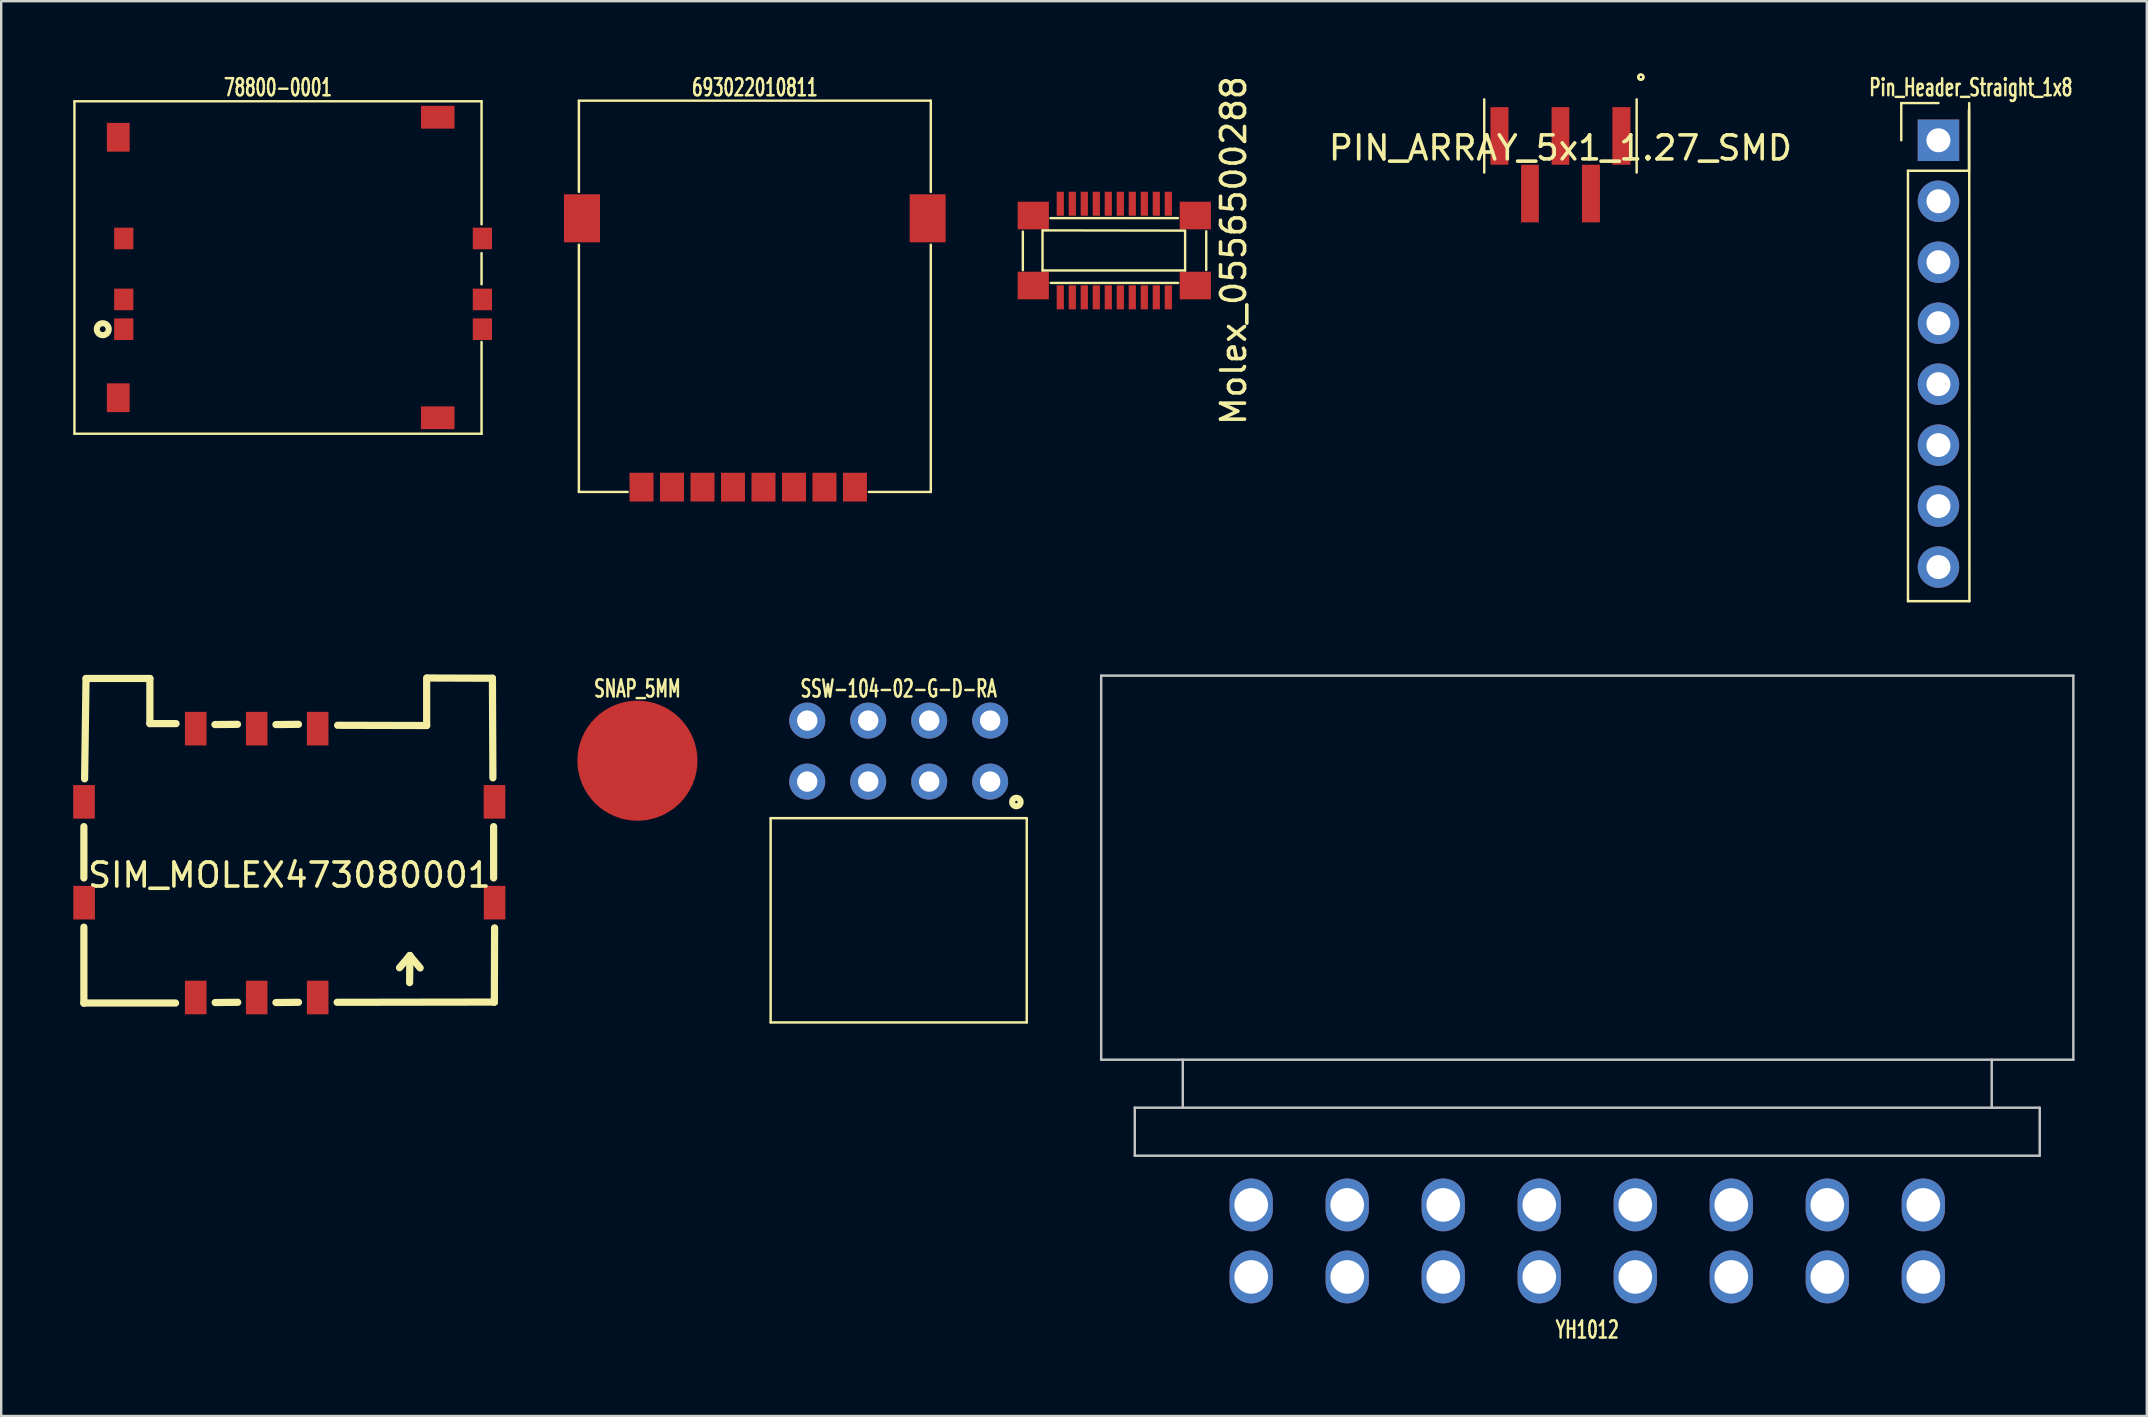
<source format=kicad_pcb>
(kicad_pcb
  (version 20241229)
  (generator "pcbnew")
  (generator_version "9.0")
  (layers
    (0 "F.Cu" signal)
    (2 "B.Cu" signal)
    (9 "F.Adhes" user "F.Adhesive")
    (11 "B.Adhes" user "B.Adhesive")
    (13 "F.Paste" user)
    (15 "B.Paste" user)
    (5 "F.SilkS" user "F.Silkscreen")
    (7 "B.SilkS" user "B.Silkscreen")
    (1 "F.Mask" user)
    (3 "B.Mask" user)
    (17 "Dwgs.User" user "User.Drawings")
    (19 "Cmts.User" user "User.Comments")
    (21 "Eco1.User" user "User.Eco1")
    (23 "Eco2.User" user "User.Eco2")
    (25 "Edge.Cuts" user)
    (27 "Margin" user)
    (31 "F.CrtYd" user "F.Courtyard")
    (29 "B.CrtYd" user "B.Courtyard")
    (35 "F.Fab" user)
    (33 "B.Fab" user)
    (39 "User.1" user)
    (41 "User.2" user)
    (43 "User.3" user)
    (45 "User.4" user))
  (footprint "Pin_Header_Straight_1x8"
    (layer "F.Cu")
    (at 77.705 2.794)
    (property "Reference" "Pin_Header_Straight_1x8" (at 1.35 -2.2 0) (layer "F.SilkS") (effects (font (size 0.711 0.457) (thickness 0.102))))
    (attr through_hole)
    (fp_line (start -1.55 -1.55) (end -1.55 0) (stroke (width 0.102) (type solid)) (layer "F.SilkS"))
    (fp_line (start -1.27 1.27) (end -1.27 19.2) (stroke (width 0.102) (type solid)) (layer "F.SilkS"))
    (fp_line (start 0 -1.55) (end -1.55 -1.55) (stroke (width 0.102) (type solid)) (layer "F.SilkS"))
    (fp_line (start 1.27 -1.27) (end 1.27 1.27) (stroke (width 0.102) (type solid)) (layer "F.SilkS"))
    (fp_line (start 1.27 1.27) (end -1.27 1.27) (stroke (width 0.102) (type solid)) (layer "F.SilkS"))
    (fp_line (start 1.29 19.2) (end -1.27 19.2) (stroke (width 0.102) (type solid)) (layer "F.SilkS"))
    (fp_line (start 1.29 19.2) (end 1.28 -1.55) (stroke (width 0.102) (type solid)) (layer "F.SilkS"))
    (pad "1" thru_hole rect (at 0 0) (size 1.727 1.727) (drill 1) (layers "*.Cu" "*.Mask"))
    (pad "2" thru_hole oval (at 0 2.54) (size 1.727 1.727) (drill 1) (layers "*.Cu" "*.Mask"))
    (pad "3" thru_hole oval (at 0 5.08) (size 1.727 1.727) (drill 1) (layers "*.Cu" "*.Mask"))
    (pad "4" thru_hole oval (at 0 7.62) (size 1.727 1.727) (drill 1) (layers "*.Cu" "*.Mask"))
    (pad "5" thru_hole oval (at 0 10.16) (size 1.727 1.727) (drill 1) (layers "*.Cu" "*.Mask"))
    (pad "6" thru_hole oval (at 0 12.7) (size 1.727 1.727) (drill 1) (layers "*.Cu" "*.Mask"))
    (pad "7" thru_hole oval (at 0 15.24) (size 1.727 1.727) (drill 1) (layers "*.Cu" "*.Mask"))
    (pad "8" thru_hole oval (at 0 17.78) (size 1.727 1.727) (drill 1) (layers "*.Cu" "*.Mask")))
  (footprint "SNAP_5MM"
    (layer "F.Cu")
    (at 23.504 28.64)
    (property "Reference" "SNAP_5MM" (at 0 -3 0) (layer "F.SilkS") (effects (font (size 0.711 0.457) (thickness 0.102))))
    (attr through_hole)
    (pad "1" smd circle (at 0 0) (size 5 5) (layers "F.Cu" "F.Mask" "F.Paste")))
  (footprint "SIM_MOLEX473080001"
    (layer "F.Cu")
    (at 9.004 32.905)
    (property "Reference" "SIM_MOLEX473080001" (at 0 0.5 0) (layer "F.SilkS") (effects (font (size 1 1) (thickness 0.15))))
    (attr through_hole)
    (fp_line (start -8.56 -1.52) (end -8.56 0.62) (stroke (width 0.3) (type solid)) (layer "F.SilkS"))
    (fp_line (start -8.56 2.67) (end -8.56 5.84) (stroke (width 0.3) (type solid)) (layer "F.SilkS"))
    (fp_line (start -8.53 -3.51) (end -8.47 -7.69) (stroke (width 0.3) (type solid)) (layer "F.SilkS"))
    (fp_line (start -8.47 -7.69) (end -5.81 -7.69) (stroke (width 0.3) (type solid)) (layer "F.SilkS"))
    (fp_line (start -5.81 -7.69) (end -5.81 -5.81) (stroke (width 0.3) (type solid)) (layer "F.SilkS"))
    (fp_line (start -5.81 -5.81) (end -4.72 -5.81) (stroke (width 0.3) (type solid)) (layer "F.SilkS"))
    (fp_line (start -4.74 5.83) (end -8.56 5.83) (stroke (width 0.3) (type solid)) (layer "F.SilkS"))
    (fp_line (start -3.1 -5.77) (end -2.16 -5.78) (stroke (width 0.3) (type solid)) (layer "F.SilkS"))
    (fp_line (start -3.09 5.81) (end -2.15 5.8) (stroke (width 0.3) (type solid)) (layer "F.SilkS"))
    (fp_line (start -0.56 -5.77) (end 0.38 -5.78) (stroke (width 0.3) (type solid)) (layer "F.SilkS"))
    (fp_line (start -0.56 5.81) (end 0.38 5.8) (stroke (width 0.3) (type solid)) (layer "F.SilkS"))
    (fp_line (start 1.99 5.8) (end 8.54 5.79) (stroke (width 0.3) (type solid)) (layer "F.SilkS"))
    (fp_line (start 5.01 4.98) (end 5.02 3.85) (stroke (width 0.3) (type solid)) (layer "F.SilkS"))
    (fp_line (start 5.02 3.85) (end 4.59 4.36) (stroke (width 0.3) (type solid)) (layer "F.SilkS"))
    (fp_line (start 5.45 4.37) (end 5.02 3.86) (stroke (width 0.3) (type solid)) (layer "F.SilkS"))
    (fp_line (start 5.72 -7.71) (end 5.72 -5.73) (stroke (width 0.3) (type solid)) (layer "F.SilkS"))
    (fp_line (start 5.72 -5.73) (end 2.01 -5.74) (stroke (width 0.3) (type solid)) (layer "F.SilkS"))
    (fp_line (start 8.46 -7.7) (end 5.75 -7.71) (stroke (width 0.3) (type solid)) (layer "F.SilkS"))
    (fp_line (start 8.48 -3.55) (end 8.46 -7.7) (stroke (width 0.3) (type solid)) (layer "F.SilkS"))
    (fp_line (start 8.51 -1.52) (end 8.51 0.62) (stroke (width 0.3) (type solid)) (layer "F.SilkS"))
    (fp_line (start 8.54 5.8) (end 8.55 2.7) (stroke (width 0.3) (type solid)) (layer "F.SilkS"))
    (pad "C1" smd rect (at -3.9 -5.6) (size 0.9 1.4) (layers "F.Cu" "F.Mask" "F.Paste"))
    (pad "C2" smd rect (at -1.36 -5.6) (size 0.9 1.4) (layers "F.Cu" "F.Mask" "F.Paste"))
    (pad "C3" smd rect (at 1.18 -5.6) (size 0.9 1.4) (layers "F.Cu" "F.Mask" "F.Paste"))
    (pad "C5" smd rect (at -3.9 5.6) (size 0.9 1.4) (layers "F.Cu" "F.Mask" "F.Paste"))
    (pad "C6" smd rect (at -1.36 5.6) (size 0.9 1.4) (layers "F.Cu" "F.Mask" "F.Paste"))
    (pad "C7" smd rect (at 1.18 5.6) (size 0.9 1.4) (layers "F.Cu" "F.Mask" "F.Paste"))
    (pad "GND" smd rect (at -8.554 -2.55) (size 0.9 1.4) (layers "F.Cu" "F.Mask" "F.Paste"))
    (pad "GND" smd rect (at -8.55 1.65) (size 0.9 1.4) (layers "F.Cu" "F.Mask" "F.Paste"))
    (pad "GND" smd rect (at 8.546 -2.55) (size 0.9 1.4) (layers "F.Cu" "F.Mask" "F.Paste"))
    (pad "GND" smd rect (at 8.55 1.65) (size 0.9 1.4) (layers "F.Cu" "F.Mask" "F.Paste")))
  (footprint "Molex_0556500288"
    (layer "F.Cu")
    (at 43.371 7.387)
    (property "Reference" "Molex_0556500288" (at 4.97 0 90) (layer "F.SilkS") (effects (font (size 1 1) (thickness 0.15))))
    (attr through_hole)
    (fp_line (start -3.81 -0.79) (end -3.81 0.82) (stroke (width 0.1) (type solid)) (layer "F.SilkS"))
    (fp_line (start -2.99 -0.84) (end -2.99 0.83) (stroke (width 0.1) (type solid)) (layer "F.SilkS"))
    (fp_line (start -2.99 0.83) (end 2.95 0.83) (stroke (width 0.1) (type solid)) (layer "F.SilkS"))
    (fp_line (start -2.66 -1.35) (end 2.65 -1.35) (stroke (width 0.1) (type solid)) (layer "F.SilkS"))
    (fp_line (start -2.65 1.35) (end 2.66 1.35) (stroke (width 0.1) (type solid)) (layer "F.SilkS"))
    (fp_line (start 2.95 -0.83) (end -2.98 -0.84) (stroke (width 0.1) (type solid)) (layer "F.SilkS"))
    (fp_line (start 2.95 0.83) (end 2.95 -0.8) (stroke (width 0.1) (type solid)) (layer "F.SilkS"))
    (fp_line (start 3.83 -0.8) (end 3.83 0.81) (stroke (width 0.1) (type solid)) (layer "F.SilkS"))
    (pad "1" smd rect (at -2.25 1.95) (size 0.3 1) (layers "F.Cu" "F.Mask" "F.Paste"))
    (pad "2" smd rect (at -2.25 -1.95) (size 0.3 1) (layers "F.Cu" "F.Mask" "F.Paste"))
    (pad "3" smd rect (at -1.75 1.95) (size 0.3 1) (layers "F.Cu" "F.Mask" "F.Paste"))
    (pad "4" smd rect (at -1.75 -1.95) (size 0.3 1) (layers "F.Cu" "F.Mask" "F.Paste"))
    (pad "5" smd rect (at -1.25 1.95) (size 0.3 1) (layers "F.Cu" "F.Mask" "F.Paste"))
    (pad "6" smd rect (at -1.25 -1.95) (size 0.3 1) (layers "F.Cu" "F.Mask" "F.Paste"))
    (pad "7" smd rect (at -0.75 1.95) (size 0.3 1) (layers "F.Cu" "F.Mask" "F.Paste"))
    (pad "8" smd rect (at -0.75 -1.95) (size 0.3 1) (layers "F.Cu" "F.Mask" "F.Paste"))
    (pad "9" smd rect (at -0.25 1.95) (size 0.3 1) (layers "F.Cu" "F.Mask" "F.Paste"))
    (pad "10" smd rect (at -0.25 -1.95) (size 0.3 1) (layers "F.Cu" "F.Mask" "F.Paste"))
    (pad "11" smd rect (at 0.25 1.95) (size 0.3 1) (layers "F.Cu" "F.Mask" "F.Paste"))
    (pad "12" smd rect (at 0.25 -1.95) (size 0.3 1) (layers "F.Cu" "F.Mask" "F.Paste"))
    (pad "13" smd rect (at 0.75 1.95) (size 0.3 1) (layers "F.Cu" "F.Mask" "F.Paste"))
    (pad "14" smd rect (at 0.75 -1.95) (size 0.3 1) (layers "F.Cu" "F.Mask" "F.Paste"))
    (pad "15" smd rect (at 1.25 1.95) (size 0.3 1) (layers "F.Cu" "F.Mask" "F.Paste"))
    (pad "16" smd rect (at 1.25 -1.95) (size 0.3 1) (layers "F.Cu" "F.Mask" "F.Paste"))
    (pad "17" smd rect (at 1.75 1.95) (size 0.3 1) (layers "F.Cu" "F.Mask" "F.Paste"))
    (pad "18" smd rect (at 1.75 -1.95) (size 0.3 1) (layers "F.Cu" "F.Mask" "F.Paste"))
    (pad "19" smd rect (at 2.25 1.95) (size 0.3 1) (layers "F.Cu" "F.Mask" "F.Paste"))
    (pad "20" smd rect (at 2.25 -1.95) (size 0.3 1) (layers "F.Cu" "F.Mask" "F.Paste"))
    (pad "21" smd rect (at -3.375 -1.458) (size 1.3 1.15) (layers "F.Cu" "F.Mask" "F.Paste"))
    (pad "21" smd rect (at -3.375 1.458) (size 1.3 1.15) (layers "F.Cu" "F.Mask" "F.Paste"))
    (pad "21" smd rect (at 3.375 -1.458) (size 1.3 1.15) (layers "F.Cu" "F.Mask" "F.Paste"))
    (pad "21" smd rect (at 3.375 1.458) (size 1.3 1.15) (layers "F.Cu" "F.Mask" "F.Paste")))
  (footprint "78800-0001"
    (layer "F.Cu")
    (at 8.531 8.094)
    (property "Reference" "78800-0001" (at 0 -7.5 0) (layer "F.SilkS") (effects (font (size 0.711 0.457) (thickness 0.102))))
    (attr through_hole)
    (fp_line (start -8.48 -6.925) (end -8.48 6.925) (stroke (width 0.102) (type solid)) (layer "F.SilkS"))
    (fp_line (start -8.48 -6.925) (end 8.48 -6.925) (stroke (width 0.102) (type solid)) (layer "F.SilkS"))
    (fp_line (start -8.48 6.925) (end 8.48 6.925) (stroke (width 0.102) (type solid)) (layer "F.SilkS"))
    (fp_line (start 8.48 -1.8) (end 8.48 -6.925) (stroke (width 0.102) (type solid)) (layer "F.SilkS"))
    (fp_line (start 8.48 -0.6) (end 8.48 0.7) (stroke (width 0.102) (type solid)) (layer "F.SilkS"))
    (fp_line (start 8.48 6.925) (end 8.48 3.1) (stroke (width 0.102) (type solid)) (layer "F.SilkS"))
    (fp_circle (center -7.3 2.57) (end -7.2 2.5) (stroke (width 0.254) (type solid)) (fill no) (layer "F.SilkS"))
    (pad "7" smd rect (at -6.655 -5.425) (size 0.95 1.2) (layers "F.Cu" "F.Mask" "F.Paste"))
    (pad "7" smd rect (at -6.655 5.425) (size 0.95 1.2) (layers "F.Cu" "F.Mask" "F.Paste"))
    (pad "7" smd rect (at 6.655 -6.26) (size 1.4 0.95) (layers "F.Cu" "F.Mask" "F.Paste"))
    (pad "7" smd rect (at 6.655 6.26) (size 1.4 0.95) (layers "F.Cu" "F.Mask" "F.Paste"))
    (pad "C1" smd rect (at -6.425 2.57) (size 0.8 0.9) (layers "F.Cu" "F.Mask" "F.Paste"))
    (pad "C2" smd rect (at -6.425 1.33) (size 0.8 0.9) (layers "F.Cu" "F.Mask" "F.Paste"))
    (pad "C3" smd rect (at -6.425 -1.21) (size 0.8 0.9) (layers "F.Cu" "F.Mask" "F.Paste"))
    (pad "C5" smd rect (at 8.515 2.57) (size 0.8 0.9) (layers "F.Cu" "F.Mask" "F.Paste"))
    (pad "C6" smd rect (at 8.515 1.33) (size 0.8 0.9) (layers "F.Cu" "F.Mask" "F.Paste"))
    (pad "C7" smd rect (at 8.515 -1.21) (size 0.8 0.9) (layers "F.Cu" "F.Mask" "F.Paste")))
  (footprint "SSW-104-02-G-D-RA"
    (layer "F.Cu")
    (at 34.389 28.24)
    (property "Reference" "SSW-104-02-G-D-RA" (at 0 -2.6 0) (layer "F.SilkS") (effects (font (size 0.711 0.457) (thickness 0.102))))
    (attr through_hole)
    (fp_line (start -5.334 2.794) (end 5.334 2.794) (stroke (width 0.102) (type solid)) (layer "F.SilkS"))
    (fp_line (start -5.334 11.303) (end -5.334 2.794) (stroke (width 0.102) (type solid)) (layer "F.SilkS"))
    (fp_line (start -5.334 11.303) (end 5.334 11.303) (stroke (width 0.102) (type solid)) (layer "F.SilkS"))
    (fp_line (start 5.334 2.794) (end 5.334 11.303) (stroke (width 0.102) (type solid)) (layer "F.SilkS"))
    (fp_circle (center 4.902 2.121) (end 5.067 2.057) (stroke (width 0.254) (type solid)) (fill no) (layer "F.SilkS"))
    (pad "1" thru_hole circle (at 3.81 1.27) (size 1.5 1.5) (drill 0.85) (layers "*.Cu" "*.Mask"))
    (pad "2" thru_hole circle (at 3.81 -1.27) (size 1.5 1.5) (drill 0.85) (layers "*.Cu" "*.Mask"))
    (pad "3" thru_hole circle (at 1.27 1.27) (size 1.5 1.5) (drill 0.85) (layers "*.Cu" "*.Mask"))
    (pad "4" thru_hole circle (at 1.27 -1.27) (size 1.5 1.5) (drill 0.85) (layers "*.Cu" "*.Mask"))
    (pad "5" thru_hole circle (at -1.27 1.27) (size 1.5 1.5) (drill 0.85) (layers "*.Cu" "*.Mask"))
    (pad "6" thru_hole circle (at -1.27 -1.27) (size 1.5 1.5) (drill 0.85) (layers "*.Cu" "*.Mask"))
    (pad "7" thru_hole circle (at -3.81 1.27) (size 1.5 1.5) (drill 0.85) (layers "*.Cu" "*.Mask"))
    (pad "8" thru_hole circle (at -3.81 -1.27) (size 1.5 1.5) (drill 0.85) (layers "*.Cu" "*.Mask")))
  (footprint "693022010811"
    (layer "F.Cu")
    (at 28.396 17.244)
    (property "Reference" "693022010811" (at 0 -16.65 0) (layer "F.SilkS") (effects (font (size 0.711 0.457) (thickness 0.102))))
    (attr through_hole)
    (fp_line (start -7.33 -16.1) (end -7.33 -12.3) (stroke (width 0.102) (type solid)) (layer "F.SilkS"))
    (fp_line (start -7.33 -16.1) (end 7.33 -16.1) (stroke (width 0.102) (type solid)) (layer "F.SilkS"))
    (fp_line (start -7.33 0.2) (end -7.33 -10.1) (stroke (width 0.102) (type solid)) (layer "F.SilkS"))
    (fp_line (start -5.3 0.2) (end -7.33 0.2) (stroke (width 0.102) (type solid)) (layer "F.SilkS"))
    (fp_line (start 7.33 -12.3) (end 7.33 -16.1) (stroke (width 0.102) (type solid)) (layer "F.SilkS"))
    (fp_line (start 7.33 -10.1) (end 7.33 0.2) (stroke (width 0.102) (type solid)) (layer "F.SilkS"))
    (fp_line (start 7.33 0.2) (end 4.75 0.2) (stroke (width 0.102) (type solid)) (layer "F.SilkS"))
    (pad "7" smd rect (at -7.2 -11.2) (size 1.5 2) (layers "F.Cu" "F.Mask" "F.Paste"))
    (pad "7" smd rect (at 7.2 -11.2) (size 1.5 2) (layers "F.Cu" "F.Mask" "F.Paste"))
    (pad "C1" smd rect (at -4.72 0) (size 1 1.2) (layers "F.Cu" "F.Mask" "F.Paste"))
    (pad "C2" smd rect (at -2.18 0) (size 1 1.2) (layers "F.Cu" "F.Mask" "F.Paste"))
    (pad "C3" smd rect (at 0.36 0) (size 1 1.2) (layers "F.Cu" "F.Mask" "F.Paste"))
    (pad "C4" smd rect (at 2.9 0) (size 1 1.2) (layers "F.Cu" "F.Mask" "F.Paste"))
    (pad "C5" smd rect (at -3.45 0) (size 1 1.2) (layers "F.Cu" "F.Mask" "F.Paste"))
    (pad "C6" smd rect (at -0.91 0) (size 1 1.2) (layers "F.Cu" "F.Mask" "F.Paste"))
    (pad "C7" smd rect (at 1.63 0) (size 1 1.2) (layers "F.Cu" "F.Mask" "F.Paste"))
    (pad "C8" smd rect (at 4.17 0) (size 1 1.2) (layers "F.Cu" "F.Mask" "F.Paste")))
  (footprint "YH1012"
    (layer "F.Cu")
    (at 63.074 48.646)
    (property "Reference" "YH1012" (at 0 3.7 0) (layer "F.SilkS") (effects (font (size 0.711 0.457) (thickness 0.102))))
    (attr through_hole)
    (fp_line (start -20.25 -23.55) (end 20.25 -23.55) (stroke (width 0.102) (type solid)) (layer "Dwgs.User"))
    (fp_line (start -20.25 -7.55) (end -20.25 -23.55) (stroke (width 0.102) (type solid)) (layer "Dwgs.User"))
    (fp_line (start -20.25 -7.55) (end 20.25 -7.55) (stroke (width 0.102) (type solid)) (layer "Dwgs.User"))
    (fp_line (start -18.85 -5.55) (end 18.85 -5.55) (stroke (width 0.102) (type solid)) (layer "Dwgs.User"))
    (fp_line (start -18.85 -3.55) (end -18.85 -5.55) (stroke (width 0.102) (type solid)) (layer "Dwgs.User"))
    (fp_line (start -18.85 -3.55) (end 18.85 -3.55) (stroke (width 0.102) (type solid)) (layer "Dwgs.User"))
    (fp_line (start -16.85 -5.55) (end -16.85 -7.55) (stroke (width 0.102) (type solid)) (layer "Dwgs.User"))
    (fp_line (start 16.85 -5.55) (end 16.85 -7.55) (stroke (width 0.102) (type solid)) (layer "Dwgs.User"))
    (fp_line (start 18.85 -5.55) (end 18.85 -3.55) (stroke (width 0.102) (type solid)) (layer "Dwgs.User"))
    (fp_line (start 20.25 -7.55) (end 20.25 -23.55) (stroke (width 0.102) (type solid)) (layer "Dwgs.User"))
    (pad "1" thru_hole oval (at 14 -1.5) (size 1.8 2.2) (drill 1.4) (layers "*.Cu" "*.Mask"))
    (pad "2" thru_hole oval (at 10 -1.5) (size 1.8 2.2) (drill 1.4) (layers "*.Cu" "*.Mask"))
    (pad "3" thru_hole oval (at 6 -1.5) (size 1.8 2.2) (drill 1.4) (layers "*.Cu" "*.Mask"))
    (pad "4" thru_hole oval (at 2 -1.5) (size 1.8 2.2) (drill 1.4) (layers "*.Cu" "*.Mask"))
    (pad "5" thru_hole oval (at -2 -1.5) (size 1.8 2.2) (drill 1.4) (layers "*.Cu" "*.Mask"))
    (pad "6" thru_hole oval (at -6 -1.5) (size 1.8 2.2) (drill 1.4) (layers "*.Cu" "*.Mask"))
    (pad "7" thru_hole oval (at -10 -1.5) (size 1.8 2.2) (drill 1.4) (layers "*.Cu" "*.Mask"))
    (pad "8" thru_hole oval (at -14 -1.5) (size 1.8 2.2) (drill 1.4) (layers "*.Cu" "*.Mask"))
    (pad "9" thru_hole oval (at 14 1.5) (size 1.8 2.2) (drill 1.4) (layers "*.Cu" "*.Mask"))
    (pad "10" thru_hole oval (at 10 1.5) (size 1.8 2.2) (drill 1.4) (layers "*.Cu" "*.Mask"))
    (pad "11" thru_hole oval (at 6 1.5) (size 1.8 2.2) (drill 1.4) (layers "*.Cu" "*.Mask"))
    (pad "12" thru_hole oval (at 2 1.5) (size 1.8 2.2) (drill 1.4) (layers "*.Cu" "*.Mask"))
    (pad "13" thru_hole oval (at -2 1.5) (size 1.8 2.2) (drill 1.4) (layers "*.Cu" "*.Mask"))
    (pad "14" thru_hole oval (at -6 1.5) (size 1.8 2.2) (drill 1.4) (layers "*.Cu" "*.Mask"))
    (pad "15" thru_hole oval (at -10 1.5) (size 1.8 2.2) (drill 1.4) (layers "*.Cu" "*.Mask"))
    (pad "16" thru_hole oval (at -14 1.5) (size 1.8 2.2) (drill 1.4) (layers "*.Cu" "*.Mask")))
  (footprint "PIN_ARRAY_5x1_1.27_SMD"
    (layer "F.Cu")
    (at 61.957 2.613)
    (property "Reference" "PIN_ARRAY_5x1_1.27_SMD" (at 0 0.5 0) (layer "F.SilkS") (effects (font (size 1 1) (thickness 0.15))))
    (attr through_hole)
    (fp_line (start -3.175 -1.524) (end -3.175 1.524) (stroke (width 0.102) (type solid)) (layer "F.SilkS"))
    (fp_line (start 3.175 1.524) (end 3.175 -1.524) (stroke (width 0.102) (type solid)) (layer "F.SilkS"))
    (fp_circle (center 3.35 -2.45) (end 3.35 -2.5) (stroke (width 0.102) (type solid)) (fill no) (layer "F.SilkS"))
    (fp_circle (center 3.35 -2.45) (end 3.4 -2.55) (stroke (width 0.102) (type solid)) (fill no) (layer "F.SilkS"))
    (pad "1" smd rect (at 2.54 0) (size 0.75 2.4) (layers "F.Cu" "F.Mask" "F.Paste"))
    (pad "2" smd rect (at 1.27 2.4) (size 0.75 2.4) (layers "F.Cu" "F.Mask" "F.Paste"))
    (pad "3" smd rect (at 0 0) (size 0.74 2.4) (layers "F.Cu" "F.Mask" "F.Paste"))
    (pad "4" smd rect (at -1.27 2.4) (size 0.74 2.4) (layers "F.Cu" "F.Mask" "F.Paste"))
    (pad "5" smd rect (at -2.54 0) (size 0.75 2.4) (layers "F.Cu" "F.Mask" "F.Paste")))
  (gr_rect
    (start -3 -3)
    (end 86.385 55.94)
    (stroke (width 0.1) (type default))
    (fill no)
    (layer "Edge.Cuts")))
</source>
